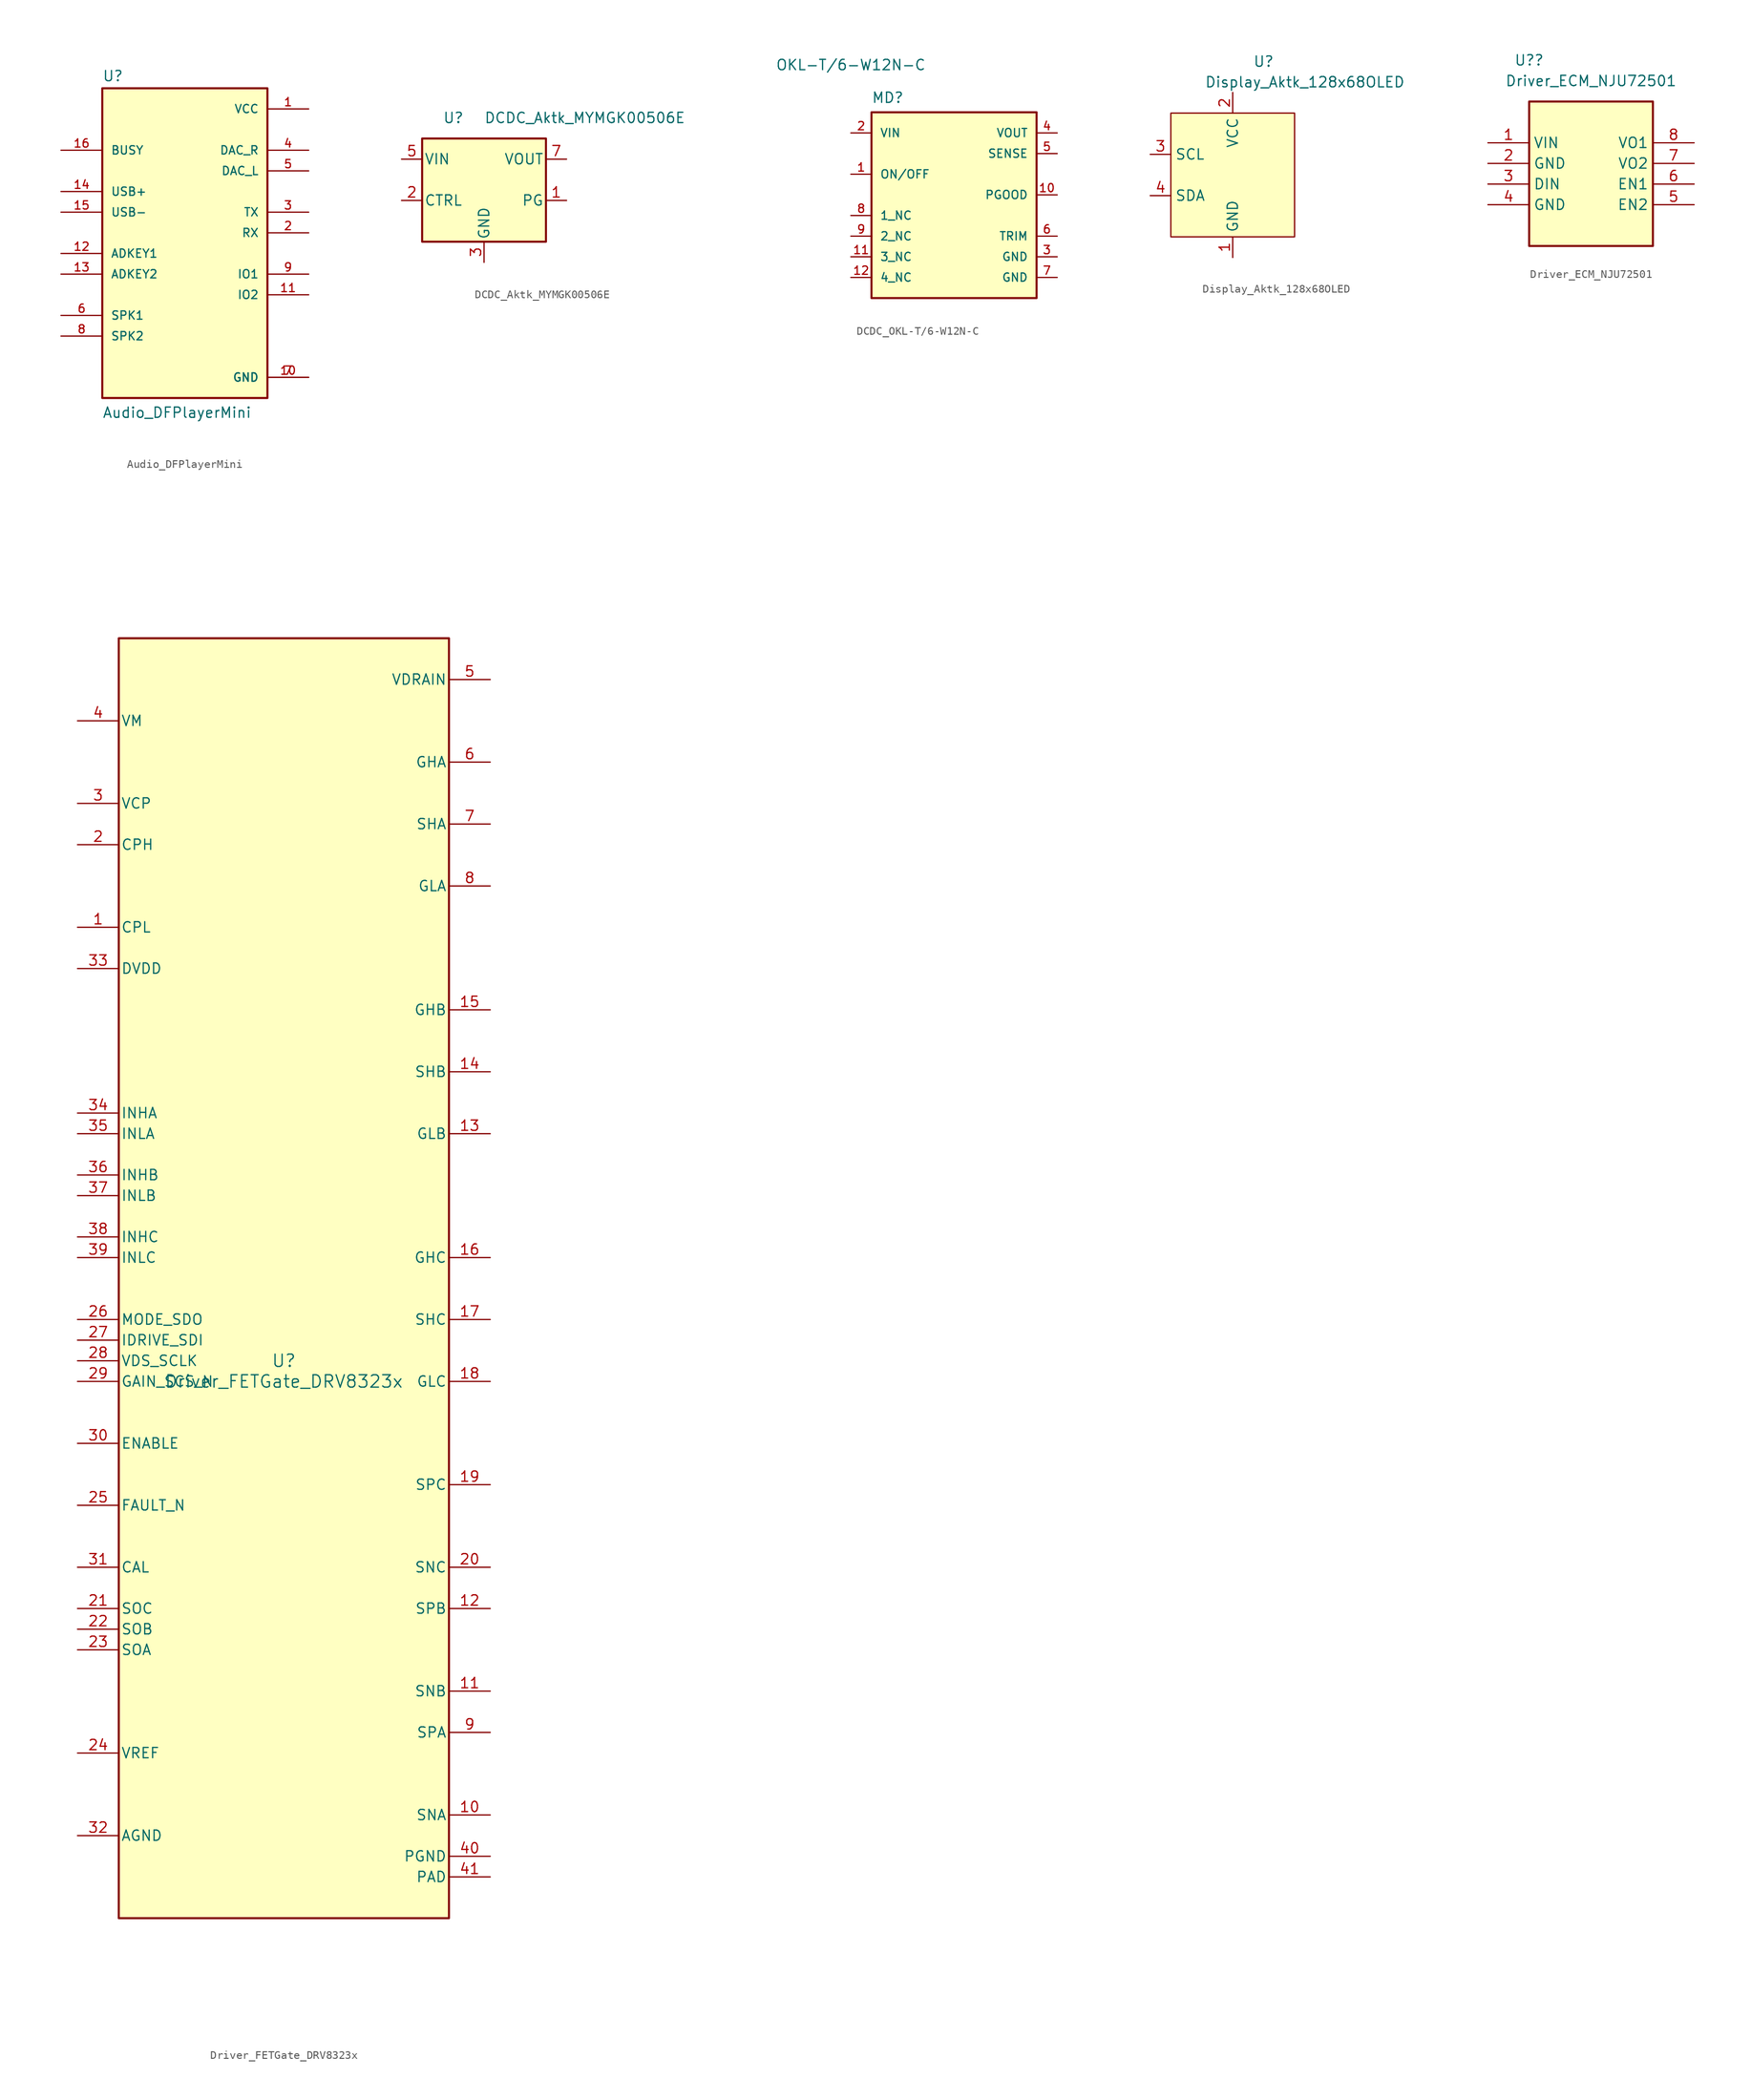
<source format=kicad_sym>
(kicad_symbol_lib
  (version 20220914)
  (generator kicad_symbol_editor)
  (symbol "Audio_DFPlayerMini"
    (pin_names
      (offset 1.016))
    (property "Reference" "U"
      (at -10.16 18.542 0)
      (effects (font (size 1.27 1.27)) (justify left bottom)))
    (property "Value" "Audio_DFPlayerMini"
      (at -10.16 -22.86 0)
      (effects (font (size 1.27 1.27)) (justify left bottom)))
    (symbol "Audio_DFPlayerMini_0_0"
      (rectangle (start -10.16 -20.32) (end 10.16 17.78) (stroke (width 0.254) (type default)) (fill (type background)))
      (pin power_in line (at 15.24 15.24 180) (length 5.08) (name "VCC" (effects (font (size 1.016 1.016)))) (number "1" (effects (font (size 1.016 1.016)))))
      (pin power_in line (at 15.24 -17.78 180) (length 5.08) (name "GND" (effects (font (size 1.016 1.016)))) (number "10" (effects (font (size 1.016 1.016)))))
      (pin bidirectional line (at 15.24 -7.62 180) (length 5.08) (name "IO2" (effects (font (size 1.016 1.016)))) (number "11" (effects (font (size 1.016 1.016)))))
      (pin input line (at -15.24 -2.54 0) (length 5.08) (name "ADKEY1" (effects (font (size 1.016 1.016)))) (number "12" (effects (font (size 1.016 1.016)))))
      (pin input line (at -15.24 -5.08 0) (length 5.08) (name "ADKEY2" (effects (font (size 1.016 1.016)))) (number "13" (effects (font (size 1.016 1.016)))))
      (pin input line (at -15.24 5.08 0) (length 5.08) (name "USB+" (effects (font (size 1.016 1.016)))) (number "14" (effects (font (size 1.016 1.016)))))
      (pin input line (at -15.24 2.54 0) (length 5.08) (name "USB-" (effects (font (size 1.016 1.016)))) (number "15" (effects (font (size 1.016 1.016)))))
      (pin input line (at -15.24 10.16 0) (length 5.08) (name "BUSY" (effects (font (size 1.016 1.016)))) (number "16" (effects (font (size 1.016 1.016)))))
      (pin input line (at 15.24 0 180) (length 5.08) (name "RX" (effects (font (size 1.016 1.016)))) (number "2" (effects (font (size 1.016 1.016)))))
      (pin output line (at 15.24 2.54 180) (length 5.08) (name "TX" (effects (font (size 1.016 1.016)))) (number "3" (effects (font (size 1.016 1.016)))))
      (pin output line (at 15.24 10.16 180) (length 5.08) (name "DAC_R" (effects (font (size 1.016 1.016)))) (number "4" (effects (font (size 1.016 1.016)))))
      (pin output line (at 15.24 7.62 180) (length 5.08) (name "DAC_L" (effects (font (size 1.016 1.016)))) (number "5" (effects (font (size 1.016 1.016)))))
      (pin passive line (at -15.24 -10.16 0) (length 5.08) (name "SPK1" (effects (font (size 1.016 1.016)))) (number "6" (effects (font (size 1.016 1.016)))))
      (pin power_in line (at 15.24 -17.78 180) (length 5.08) (name "GND" (effects (font (size 1.016 1.016)))) (number "7" (effects (font (size 1.016 1.016)))))
      (pin passive line (at -15.24 -12.7 0) (length 5.08) (name "SPK2" (effects (font (size 1.016 1.016)))) (number "8" (effects (font (size 1.016 1.016)))))
      (pin bidirectional line (at 15.24 -5.08 180) (length 5.08) (name "IO1" (effects (font (size 1.016 1.016)))) (number "9" (effects (font (size 1.016 1.016)))))))
  (symbol "DCDC_Aktk_MYMGK00506E"
    (pin_names
      (offset 0.254))
    (property "Reference" "U"
      (at -5.08 5.08 0)
      (effects (font (size 1.27 1.27)) (justify left)))
    (property "Value" "DCDC_Aktk_MYMGK00506E"
      (at 0 5.08 0)
      (effects (font (size 1.27 1.27)) (justify left)))
    (property "Footprint" ""
      (at 0 12.7 0)
      (effects (font (size 1.27 1.27))))
    (symbol "DCDC_Aktk_MYMGK00506E_0_1"
      (rectangle (start -7.62 2.54) (end 7.62 -10.16) (stroke (width 0.254) (type default)) (fill (type background))))
    (symbol "DCDC_Aktk_MYMGK00506E_1_1"
      (pin output line (at 10.16 -5.08 180) (length 2.54) (name "PG" (effects (font (size 1.27 1.27)))) (number "1" (effects (font (size 1.27 1.27)))))
      (pin free line (at 0 -12.7 90) (length 2.54) hide (name "GND" (effects (font (size 1.27 1.27)))) (number "10" (effects (font (size 1.27 1.27)))))
      (pin free line (at 0 -12.7 90) (length 2.54) hide (name "GND" (effects (font (size 1.27 1.27)))) (number "11" (effects (font (size 1.27 1.27)))))
      (pin free line (at 0 -12.7 90) (length 2.54) hide (name "GND" (effects (font (size 1.27 1.27)))) (number "12" (effects (font (size 1.27 1.27)))))
      (pin input line (at -10.16 -5.08 0) (length 2.54) (name "CTRL" (effects (font (size 1.27 1.27)))) (number "2" (effects (font (size 1.27 1.27)))))
      (pin power_in line (at 0 -12.7 90) (length 2.54) (name "GND" (effects (font (size 1.27 1.27)))) (number "3" (effects (font (size 1.27 1.27)))))
      (pin free line (at 0 -12.7 90) (length 2.54) hide (name "GND" (effects (font (size 1.27 1.27)))) (number "4" (effects (font (size 1.27 1.27)))))
      (pin power_in line (at -10.16 0 0) (length 2.54) (name "VIN" (effects (font (size 1.27 1.27)))) (number "5" (effects (font (size 1.27 1.27)))))
      (pin free line (at -10.16 0 0) (length 2.54) hide (name "VIN" (effects (font (size 1.27 1.27)))) (number "6" (effects (font (size 1.27 1.27)))))
      (pin power_out line (at 10.16 0 180) (length 2.54) (name "VOUT" (effects (font (size 1.27 1.27)))) (number "7" (effects (font (size 1.27 1.27)))))
      (pin free line (at 10.16 0 180) (length 2.54) hide (name "VOUT" (effects (font (size 1.27 1.27)))) (number "8" (effects (font (size 1.27 1.27)))))
      (pin free line (at 10.16 0 180) (length 2.54) hide (name "VOUT" (effects (font (size 1.27 1.27)))) (number "9" (effects (font (size 1.27 1.27)))))))
  (symbol "DCDC_OKL-T/6-W12N-C"
    (pin_names
      (offset 1.016))
    (property "Reference" "MD"
      (at 2.54 -2.54 0)
      (effects (font (size 1.27 1.27)) (justify left top)))
    (property "Value" "OKL-T{slash}6-W12N-C"
      (at 0 0 0)
      (effects (font (size 1.27 1.27)) (justify bottom)))
    (symbol "DCDC_OKL-T/6-W12N-C_0_0"
      (rectangle (start 2.54 -5.08) (end 22.86 -27.94) (stroke (width 0.254) (type default)) (fill (type background)))
      (pin bidirectional line (at 0 -12.7 0) (length 2.54) (name "ON/OFF" (effects (font (size 1.016 1.016)))) (number "1" (effects (font (size 1.016 1.016)))))
      (pin open_collector line (at 25.4 -15.24 180) (length 2.54) (name "PGOOD" (effects (font (size 1.016 1.016)))) (number "10" (effects (font (size 1.016 1.016)))))
      (pin passive line (at 0 -22.86 0) (length 2.54) (name "3_NC" (effects (font (size 1.016 1.016)))) (number "11" (effects (font (size 1.016 1.016)))))
      (pin passive line (at 0 -25.4 0) (length 2.54) (name "4_NC" (effects (font (size 1.016 1.016)))) (number "12" (effects (font (size 1.016 1.016)))))
      (pin bidirectional line (at 0 -7.62 0) (length 2.54) (name "VIN" (effects (font (size 1.016 1.016)))) (number "2" (effects (font (size 1.016 1.016)))))
      (pin power_in line (at 25.4 -22.86 180) (length 2.54) (name "GND" (effects (font (size 1.016 1.016)))) (number "3" (effects (font (size 1.016 1.016)))))
      (pin bidirectional line (at 25.4 -7.62 180) (length 2.54) (name "VOUT" (effects (font (size 1.016 1.016)))) (number "4" (effects (font (size 1.016 1.016)))))
      (pin passive line (at 25.4 -10.16 180) (length 2.54) (name "SENSE" (effects (font (size 1.016 1.016)))) (number "5" (effects (font (size 1.016 1.016)))))
      (pin passive line (at 25.4 -20.32 180) (length 2.54) (name "TRIM" (effects (font (size 1.016 1.016)))) (number "6" (effects (font (size 1.016 1.016)))))
      (pin power_in line (at 25.4 -25.4 180) (length 2.54) (name "GND" (effects (font (size 1.016 1.016)))) (number "7" (effects (font (size 1.016 1.016)))))
      (pin passive line (at 0 -17.78 0) (length 2.54) (name "1_NC" (effects (font (size 1.016 1.016)))) (number "8" (effects (font (size 1.016 1.016)))))
      (pin passive line (at 0 -20.32 0) (length 2.54) (name "2_NC" (effects (font (size 1.016 1.016)))) (number "9" (effects (font (size 1.016 1.016)))))))
  (symbol "Display_Aktk_128x68OLED"
    (property "Reference" "U"
      (at 3.81 13.97 0)
      (effects (font (size 1.27 1.27))))
    (property "Value" "Display_Aktk_128x68OLED"
      (at 8.89 11.43 0)
      (effects (font (size 1.27 1.27))))
    (symbol "Display_Aktk_128x68OLED_0_1"
      (rectangle (start -7.62 7.62) (end 7.62 -7.62) (stroke (width 0) (type default)) (fill (type background))))
    (symbol "Display_Aktk_128x68OLED_1_1"
      (pin bidirectional line (at 0 -10.16 90) (length 2.54) (name "GND" (effects (font (size 1.27 1.27)))) (number "1" (effects (font (size 1.27 1.27)))))
      (pin power_in line (at 0 10.16 270) (length 2.54) (name "VCC" (effects (font (size 1.27 1.27)))) (number "2" (effects (font (size 1.27 1.27)))))
      (pin bidirectional line (at -10.16 2.54 0) (length 2.54) (name "SCL" (effects (font (size 1.27 1.27)))) (number "3" (effects (font (size 1.27 1.27)))))
      (pin bidirectional line (at -10.16 -2.54 0) (length 2.54) (name "SDA" (effects (font (size 1.27 1.27)))) (number "4" (effects (font (size 1.27 1.27)))))))
  (symbol "Driver_ECM_NJU72501"
    (property "Reference" "U?"
      (at 0 5.08 0)
      (effects (font (size 1.27 1.27))))
    (property "Value" "Driver_ECM_NJU72501"
      (at 7.62 2.54 0)
      (effects (font (size 1.27 1.27))))
    (symbol "Driver_ECM_NJU72501_1_1"
      (rectangle (start 0 0) (end 15.24 -17.78) (stroke (width 0.254) (type default)) (fill (type background)))
      (pin power_in line (at -5.08 -5.08 0) (length 5.08) (name "VIN" (effects (font (size 1.27 1.27)))) (number "1" (effects (font (size 1.27 1.27)))))
      (pin power_in line (at -5.08 -7.62 0) (length 5.08) (name "GND" (effects (font (size 1.27 1.27)))) (number "2" (effects (font (size 1.27 1.27)))))
      (pin input line (at -5.08 -10.16 0) (length 5.08) (name "DIN" (effects (font (size 1.27 1.27)))) (number "3" (effects (font (size 1.27 1.27)))))
      (pin power_in line (at -5.08 -12.7 0) (length 5.08) (name "GND" (effects (font (size 1.27 1.27)))) (number "4" (effects (font (size 1.27 1.27)))))
      (pin passive line (at 20.32 -12.7 180) (length 5.08) (name "EN2" (effects (font (size 1.27 1.27)))) (number "5" (effects (font (size 1.27 1.27)))))
      (pin passive line (at 20.32 -10.16 180) (length 5.08) (name "EN1" (effects (font (size 1.27 1.27)))) (number "6" (effects (font (size 1.27 1.27)))))
      (pin output line (at 20.32 -7.62 180) (length 5.08) (name "VO2" (effects (font (size 1.27 1.27)))) (number "7" (effects (font (size 1.27 1.27)))))
      (pin output line (at 20.32 -5.08 180) (length 5.08) (name "VO1" (effects (font (size 1.27 1.27)))) (number "8" (effects (font (size 1.27 1.27)))))))
  (symbol "Driver_FETGate_DRV8323x"
    (pin_names
      (offset 0.254))
    (property "Reference" "U"
      (at 0 2.54 0)
      (effects (font (size 1.524 1.524))))
    (property "Value" "Driver_FETGate_DRV8323x"
      (at 0 0 0)
      (effects (font (size 1.524 1.524))))
    (property "ki_locked" ""
      (at 0 0 0)
      (effects (font (size 1.27 1.27))))
    (symbol "Driver_FETGate_DRV8323x_0_1"
      (pin unspecified line (at -25.4 55.88 0) (length 5.08) (name "CPL" (effects (font (size 1.27 1.27)))) (number "1" (effects (font (size 1.27 1.27)))))
      (pin input line (at 25.4 -53.34 180) (length 5.08) (name "SNA" (effects (font (size 1.27 1.27)))) (number "10" (effects (font (size 1.27 1.27)))))
      (pin input line (at 25.4 -38.1 180) (length 5.08) (name "SNB" (effects (font (size 1.27 1.27)))) (number "11" (effects (font (size 1.27 1.27)))))
      (pin input line (at 25.4 -27.94 180) (length 5.08) (name "SPB" (effects (font (size 1.27 1.27)))) (number "12" (effects (font (size 1.27 1.27)))))
      (pin output line (at 25.4 30.48 180) (length 5.08) (name "GLB" (effects (font (size 1.27 1.27)))) (number "13" (effects (font (size 1.27 1.27)))))
      (pin input line (at 25.4 38.1 180) (length 5.08) (name "SHB" (effects (font (size 1.27 1.27)))) (number "14" (effects (font (size 1.27 1.27)))))
      (pin output line (at 25.4 45.72 180) (length 5.08) (name "GHB" (effects (font (size 1.27 1.27)))) (number "15" (effects (font (size 1.27 1.27)))))
      (pin output line (at 25.4 15.24 180) (length 5.08) (name "GHC" (effects (font (size 1.27 1.27)))) (number "16" (effects (font (size 1.27 1.27)))))
      (pin input line (at 25.4 7.62 180) (length 5.08) (name "SHC" (effects (font (size 1.27 1.27)))) (number "17" (effects (font (size 1.27 1.27)))))
      (pin output line (at 25.4 0 180) (length 5.08) (name "GLC" (effects (font (size 1.27 1.27)))) (number "18" (effects (font (size 1.27 1.27)))))
      (pin input line (at 25.4 -12.7 180) (length 5.08) (name "SPC" (effects (font (size 1.27 1.27)))) (number "19" (effects (font (size 1.27 1.27)))))
      (pin unspecified line (at -25.4 66.04 0) (length 5.08) (name "CPH" (effects (font (size 1.27 1.27)))) (number "2" (effects (font (size 1.27 1.27)))))
      (pin input line (at 25.4 -22.86 180) (length 5.08) (name "SNC" (effects (font (size 1.27 1.27)))) (number "20" (effects (font (size 1.27 1.27)))))
      (pin output line (at -25.4 -27.94 0) (length 5.08) (name "SOC" (effects (font (size 1.27 1.27)))) (number "21" (effects (font (size 1.27 1.27)))))
      (pin output line (at -25.4 -30.48 0) (length 5.08) (name "SOB" (effects (font (size 1.27 1.27)))) (number "22" (effects (font (size 1.27 1.27)))))
      (pin output line (at -25.4 -33.02 0) (length 5.08) (name "SOA" (effects (font (size 1.27 1.27)))) (number "23" (effects (font (size 1.27 1.27)))))
      (pin input line (at -25.4 -45.72 0) (length 5.08) (name "VREF" (effects (font (size 1.27 1.27)))) (number "24" (effects (font (size 1.27 1.27)))))
      (pin open_collector line (at -25.4 -15.24 0) (length 5.08) (name "FAULT_N" (effects (font (size 1.27 1.27)))) (number "25" (effects (font (size 1.27 1.27)))))
      (pin unspecified line (at -25.4 7.62 0) (length 5.08) (name "MODE_SDO" (effects (font (size 1.27 1.27)))) (number "26" (effects (font (size 1.27 1.27)))))
      (pin input line (at -25.4 5.08 0) (length 5.08) (name "IDRIVE_SDI" (effects (font (size 1.27 1.27)))) (number "27" (effects (font (size 1.27 1.27)))))
      (pin input line (at -25.4 2.54 0) (length 5.08) (name "VDS_SCLK" (effects (font (size 1.27 1.27)))) (number "28" (effects (font (size 1.27 1.27)))))
      (pin input line (at -25.4 0 0) (length 5.08) (name "GAIN_SCS_N" (effects (font (size 1.27 1.27)))) (number "29" (effects (font (size 1.27 1.27)))))
      (pin power_in line (at -25.4 71.12 0) (length 5.08) (name "VCP" (effects (font (size 1.27 1.27)))) (number "3" (effects (font (size 1.27 1.27)))))
      (pin input line (at -25.4 -7.62 0) (length 5.08) (name "ENABLE" (effects (font (size 1.27 1.27)))) (number "30" (effects (font (size 1.27 1.27)))))
      (pin input line (at -25.4 -22.86 0) (length 5.08) (name "CAL" (effects (font (size 1.27 1.27)))) (number "31" (effects (font (size 1.27 1.27)))))
      (pin power_in line (at -25.4 -55.88 0) (length 5.08) (name "AGND" (effects (font (size 1.27 1.27)))) (number "32" (effects (font (size 1.27 1.27)))))
      (pin power_in line (at -25.4 50.8 0) (length 5.08) (name "DVDD" (effects (font (size 1.27 1.27)))) (number "33" (effects (font (size 1.27 1.27)))))
      (pin input line (at -25.4 33.02 0) (length 5.08) (name "INHA" (effects (font (size 1.27 1.27)))) (number "34" (effects (font (size 1.27 1.27)))))
      (pin input line (at -25.4 30.48 0) (length 5.08) (name "INLA" (effects (font (size 1.27 1.27)))) (number "35" (effects (font (size 1.27 1.27)))))
      (pin input line (at -25.4 25.4 0) (length 5.08) (name "INHB" (effects (font (size 1.27 1.27)))) (number "36" (effects (font (size 1.27 1.27)))))
      (pin input line (at -25.4 22.86 0) (length 5.08) (name "INLB" (effects (font (size 1.27 1.27)))) (number "37" (effects (font (size 1.27 1.27)))))
      (pin input line (at -25.4 17.78 0) (length 5.08) (name "INHC" (effects (font (size 1.27 1.27)))) (number "38" (effects (font (size 1.27 1.27)))))
      (pin input line (at -25.4 15.24 0) (length 5.08) (name "INLC" (effects (font (size 1.27 1.27)))) (number "39" (effects (font (size 1.27 1.27)))))
      (pin power_in line (at -25.4 81.28 0) (length 5.08) (name "VM" (effects (font (size 1.27 1.27)))) (number "4" (effects (font (size 1.27 1.27)))))
      (pin power_in line (at 25.4 -58.42 180) (length 5.08) (name "PGND" (effects (font (size 1.27 1.27)))) (number "40" (effects (font (size 1.27 1.27)))))
      (pin power_in line (at 25.4 -60.96 180) (length 5.08) (name "PAD" (effects (font (size 1.27 1.27)))) (number "41" (effects (font (size 1.27 1.27)))))
      (pin input line (at 25.4 86.36 180) (length 5.08) (name "VDRAIN" (effects (font (size 1.27 1.27)))) (number "5" (effects (font (size 1.27 1.27)))))
      (pin output line (at 25.4 76.2 180) (length 5.08) (name "GHA" (effects (font (size 1.27 1.27)))) (number "6" (effects (font (size 1.27 1.27)))))
      (pin input line (at 25.4 68.58 180) (length 5.08) (name "SHA" (effects (font (size 1.27 1.27)))) (number "7" (effects (font (size 1.27 1.27)))))
      (pin output line (at 25.4 60.96 180) (length 5.08) (name "GLA" (effects (font (size 1.27 1.27)))) (number "8" (effects (font (size 1.27 1.27)))))
      (pin input line (at 25.4 -43.18 180) (length 5.08) (name "SPA" (effects (font (size 1.27 1.27)))) (number "9" (effects (font (size 1.27 1.27))))))
    (symbol "Driver_FETGate_DRV8323x_1_1"
      (rectangle (start -20.32 91.44) (end 20.32 -66.04) (stroke (width 0.254) (type default)) (fill (type background))))))
</source>
